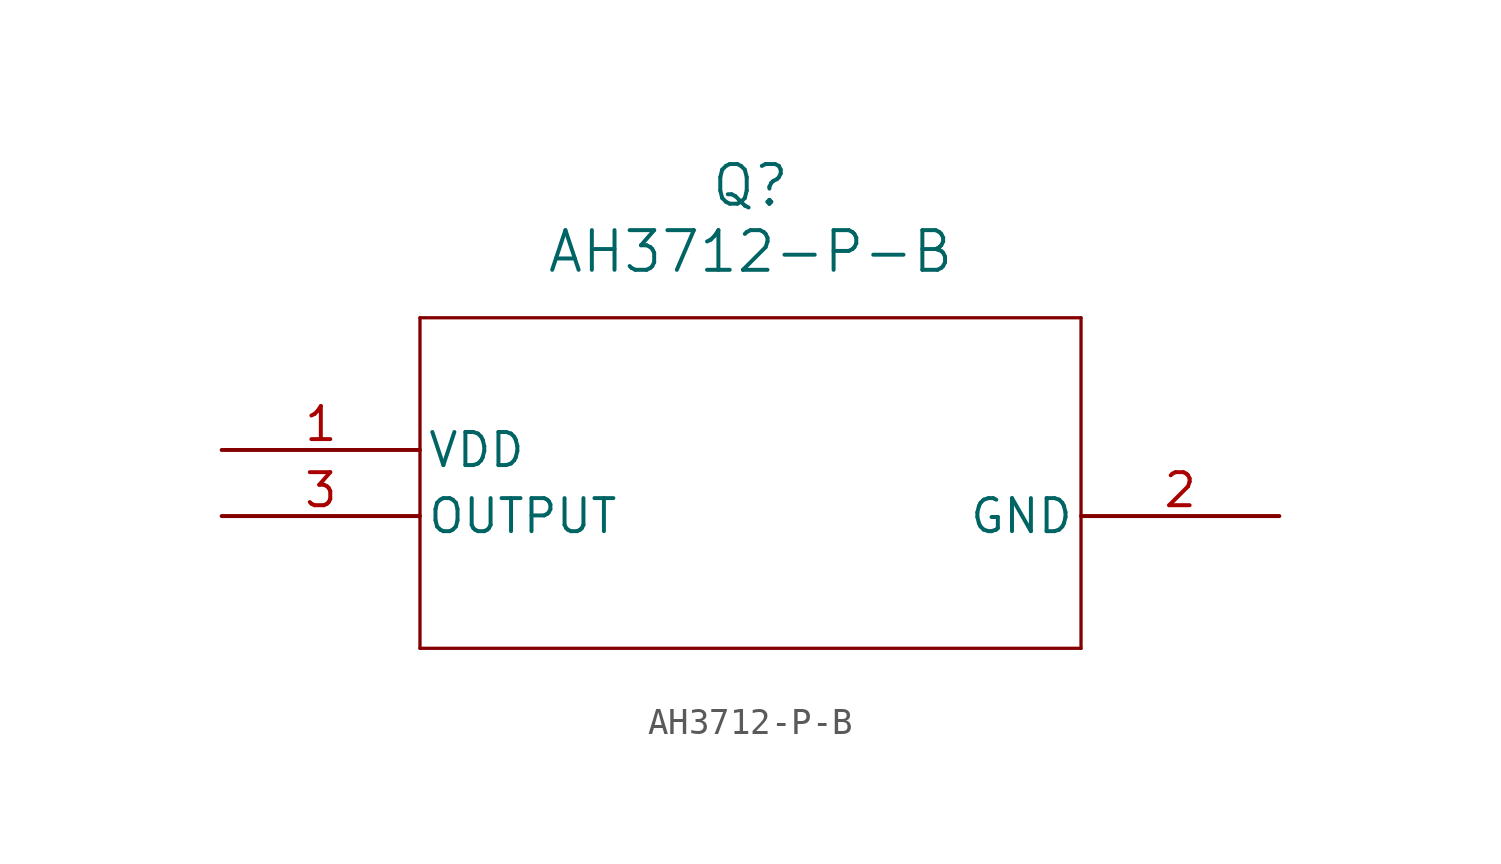
<source format=kicad_sym>
(kicad_symbol_lib
  (version 20211014)
  (generator kicad_symbol_editor)
  (symbol "AH3712-P-B"
    (pin_names
      (offset 0.254))
    (property "Reference" "Q"
      (at 20.32 10.16 0)
      (effects (font (size 1.524 1.524))))
    (property "Value" "AH3712-P-B"
      (at 20.32 7.62 0)
      (effects (font (size 1.524 1.524))))
    (symbol "AH3712-P-B_0_1"
      (polyline (pts (xy 7.62 5.08) (xy 7.62 -7.62)) (stroke (width 0.127) (type default) (color 0 0 0 0)) (fill (type none)))
      (polyline (pts (xy 7.62 -7.62) (xy 33.02 -7.62)) (stroke (width 0.127) (type default) (color 0 0 0 0)) (fill (type none)))
      (polyline (pts (xy 33.02 -7.62) (xy 33.02 5.08)) (stroke (width 0.127) (type default) (color 0 0 0 0)) (fill (type none)))
      (polyline (pts (xy 33.02 5.08) (xy 7.62 5.08)) (stroke (width 0.127) (type default) (color 0 0 0 0)) (fill (type none)))
      (pin power_in line (at 0 0 0) (length 7.62) (name "VDD" (effects (font (size 1.27 1.27)))) (number "1" (effects (font (size 1.27 1.27)))))
      (pin power_out line (at 40.64 -2.54 180) (length 7.62) (name "GND" (effects (font (size 1.27 1.27)))) (number "2" (effects (font (size 1.27 1.27)))))
      (pin output line (at 0 -2.54 0) (length 7.62) (name "OUTPUT" (effects (font (size 1.27 1.27)))) (number "3" (effects (font (size 1.27 1.27))))))))
</source>
